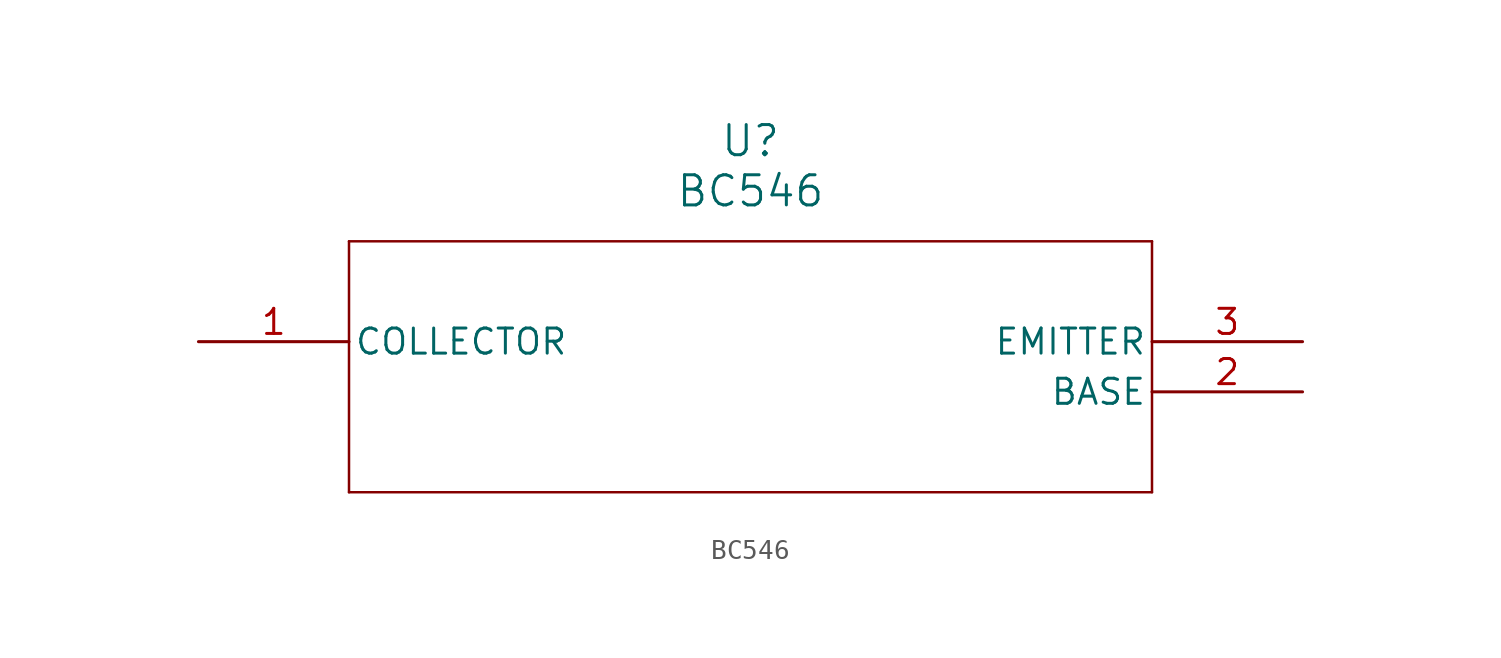
<source format=kicad_sym>
(kicad_symbol_lib
  (version 20211014)
  (generator kicad_symbol_editor)
  (symbol "BC546"
    (pin_names
      (offset 0.254))
    (property "Reference" "U"
      (at 27.94 10.16 0)
      (effects (font (size 1.524 1.524))))
    (property "Value" "BC546"
      (at 27.94 7.62 0)
      (effects (font (size 1.524 1.524))))
    (symbol "BC546_0_1"
      (polyline (pts (xy 7.62 5.08) (xy 7.62 -7.62)) (stroke (width 0.127) (type default) (color 0 0 0 0)) (fill (type none)))
      (polyline (pts (xy 7.62 -7.62) (xy 48.26 -7.62)) (stroke (width 0.127) (type default) (color 0 0 0 0)) (fill (type none)))
      (polyline (pts (xy 48.26 -7.62) (xy 48.26 5.08)) (stroke (width 0.127) (type default) (color 0 0 0 0)) (fill (type none)))
      (polyline (pts (xy 48.26 5.08) (xy 7.62 5.08)) (stroke (width 0.127) (type default) (color 0 0 0 0)) (fill (type none)))
      (pin unspecified line (at 0 0 0) (length 7.62) (name "COLLECTOR" (effects (font (size 1.27 1.27)))) (number "1" (effects (font (size 1.27 1.27)))))
      (pin unspecified line (at 55.88 -2.54 180) (length 7.62) (name "BASE" (effects (font (size 1.27 1.27)))) (number "2" (effects (font (size 1.27 1.27)))))
      (pin unspecified line (at 55.88 0 180) (length 7.62) (name "EMITTER" (effects (font (size 1.27 1.27)))) (number "3" (effects (font (size 1.27 1.27))))))))
</source>
